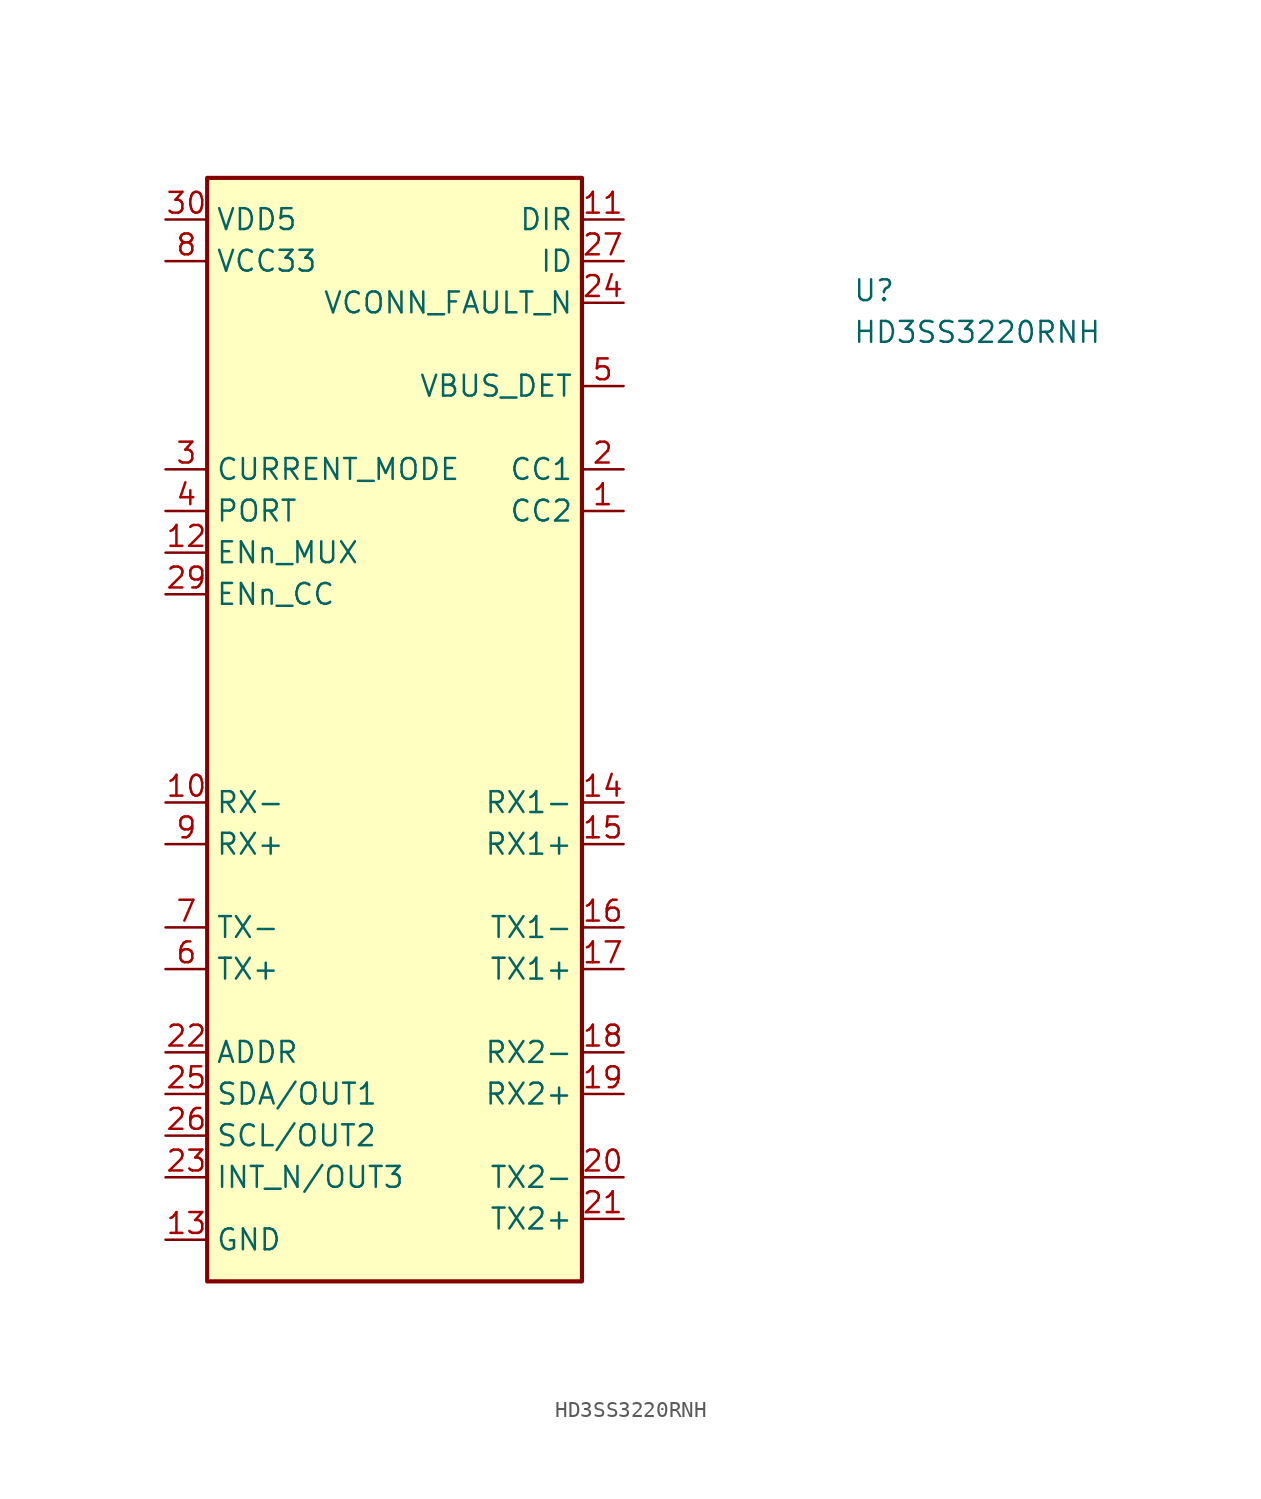
<source format=kicad_sym>
(kicad_symbol_lib
  (version 20211014)
  (generator kicad_symbol_editor)
  (symbol "HD3SS3220RNH"
    (property "Reference" "U"
      (at 41.91 -5.08 0)
      (effects (font (size 1.27 1.27) (thickness 0.15)) (justify left bottom)))
    (property "Value" "HD3SS3220RNH"
      (at 41.91 -7.62 0)
      (effects (font (size 1.27 1.27) (thickness 0.15)) (justify left bottom)))
    (symbol "HD3SS3220RNH_1_1"
      (rectangle (start 2.54 2.54) (end 25.4 -64.77) (stroke (width 0.254) (type default) (color 0 0 0 0)) (fill (type background)))
      (pin passive line (at 27.94 -17.78 180) (length 2.54) (name "CC2" (effects (font (size 1.27 1.27)))) (number "1" (effects (font (size 1.27 1.27)))))
      (pin passive line (at 0 -35.56 0) (length 2.54) (name "RX-" (effects (font (size 1.27 1.27)))) (number "10" (effects (font (size 1.27 1.27)))))
      (pin passive line (at 27.94 0 180) (length 2.54) (name "DIR" (effects (font (size 1.27 1.27)))) (number "11" (effects (font (size 1.27 1.27)))))
      (pin passive line (at 0 -20.32 0) (length 2.54) (name "ENn_MUX" (effects (font (size 1.27 1.27)))) (number "12" (effects (font (size 1.27 1.27)))))
      (pin passive line (at 0 -62.23 0) (length 2.54) (name "GND" (effects (font (size 1.27 1.27)))) (number "13" (effects (font (size 1.27 1.27)))))
      (pin passive line (at 27.94 -35.56 180) (length 2.54) (name "RX1-" (effects (font (size 1.27 1.27)))) (number "14" (effects (font (size 1.27 1.27)))))
      (pin passive line (at 27.94 -38.1 180) (length 2.54) (name "RX1+" (effects (font (size 1.27 1.27)))) (number "15" (effects (font (size 1.27 1.27)))))
      (pin passive line (at 27.94 -43.18 180) (length 2.54) (name "TX1-" (effects (font (size 1.27 1.27)))) (number "16" (effects (font (size 1.27 1.27)))))
      (pin passive line (at 27.94 -45.72 180) (length 2.54) (name "TX1+" (effects (font (size 1.27 1.27)))) (number "17" (effects (font (size 1.27 1.27)))))
      (pin passive line (at 27.94 -50.8 180) (length 2.54) (name "RX2-" (effects (font (size 1.27 1.27)))) (number "18" (effects (font (size 1.27 1.27)))))
      (pin passive line (at 27.94 -53.34 180) (length 2.54) (name "RX2+" (effects (font (size 1.27 1.27)))) (number "19" (effects (font (size 1.27 1.27)))))
      (pin passive line (at 27.94 -15.24 180) (length 2.54) (name "CC1" (effects (font (size 1.27 1.27)))) (number "2" (effects (font (size 1.27 1.27)))))
      (pin passive line (at 27.94 -58.42 180) (length 2.54) (name "TX2-" (effects (font (size 1.27 1.27)))) (number "20" (effects (font (size 1.27 1.27)))))
      (pin passive line (at 27.94 -60.96 180) (length 2.54) (name "TX2+" (effects (font (size 1.27 1.27)))) (number "21" (effects (font (size 1.27 1.27)))))
      (pin passive line (at 0 -50.8 0) (length 2.54) (name "ADDR" (effects (font (size 1.27 1.27)))) (number "22" (effects (font (size 1.27 1.27)))))
      (pin passive line (at 0 -58.42 0) (length 2.54) (name "INT_N/OUT3" (effects (font (size 1.27 1.27)))) (number "23" (effects (font (size 1.27 1.27)))))
      (pin passive line (at 27.94 -5.08 180) (length 2.54) (name "VCONN_FAULT_N" (effects (font (size 1.27 1.27)))) (number "24" (effects (font (size 1.27 1.27)))))
      (pin passive line (at 0 -53.34 0) (length 2.54) (name "SDA/OUT1" (effects (font (size 1.27 1.27)))) (number "25" (effects (font (size 1.27 1.27)))))
      (pin passive line (at 0 -55.88 0) (length 2.54) (name "SCL/OUT2" (effects (font (size 1.27 1.27)))) (number "26" (effects (font (size 1.27 1.27)))))
      (pin passive line (at 27.94 -2.54 180) (length 2.54) (name "ID" (effects (font (size 1.27 1.27)))) (number "27" (effects (font (size 1.27 1.27)))))
      (pin passive line (at 0 -62.23 0) (length 2.54) hide (name "GND" (effects (font (size 1.27 1.27)))) (number "28" (effects (font (size 1.27 1.27)))))
      (pin passive line (at 0 -22.86 0) (length 2.54) (name "ENn_CC" (effects (font (size 1.27 1.27)))) (number "29" (effects (font (size 1.27 1.27)))))
      (pin passive line (at 0 -15.24 0) (length 2.54) (name "CURRENT_MODE" (effects (font (size 1.27 1.27)))) (number "3" (effects (font (size 1.27 1.27)))))
      (pin passive line (at 0 0 0) (length 2.54) (name "VDD5" (effects (font (size 1.27 1.27)))) (number "30" (effects (font (size 1.27 1.27)))))
      (pin passive line (at 0 -62.23 0) (length 2.54) hide (name "GND" (effects (font (size 1.27 1.27)))) (number "31" (effects (font (size 1.27 1.27)))))
      (pin passive line (at 0 -17.78 0) (length 2.54) (name "PORT" (effects (font (size 1.27 1.27)))) (number "4" (effects (font (size 1.27 1.27)))))
      (pin passive line (at 27.94 -10.16 180) (length 2.54) (name "VBUS_DET" (effects (font (size 1.27 1.27)))) (number "5" (effects (font (size 1.27 1.27)))))
      (pin passive line (at 0 -45.72 0) (length 2.54) (name "TX+" (effects (font (size 1.27 1.27)))) (number "6" (effects (font (size 1.27 1.27)))))
      (pin passive line (at 0 -43.18 0) (length 2.54) (name "TX-" (effects (font (size 1.27 1.27)))) (number "7" (effects (font (size 1.27 1.27)))))
      (pin passive line (at 0 -2.54 0) (length 2.54) (name "VCC33" (effects (font (size 1.27 1.27)))) (number "8" (effects (font (size 1.27 1.27)))))
      (pin passive line (at 0 -38.1 0) (length 2.54) (name "RX+" (effects (font (size 1.27 1.27)))) (number "9" (effects (font (size 1.27 1.27))))))))
</source>
